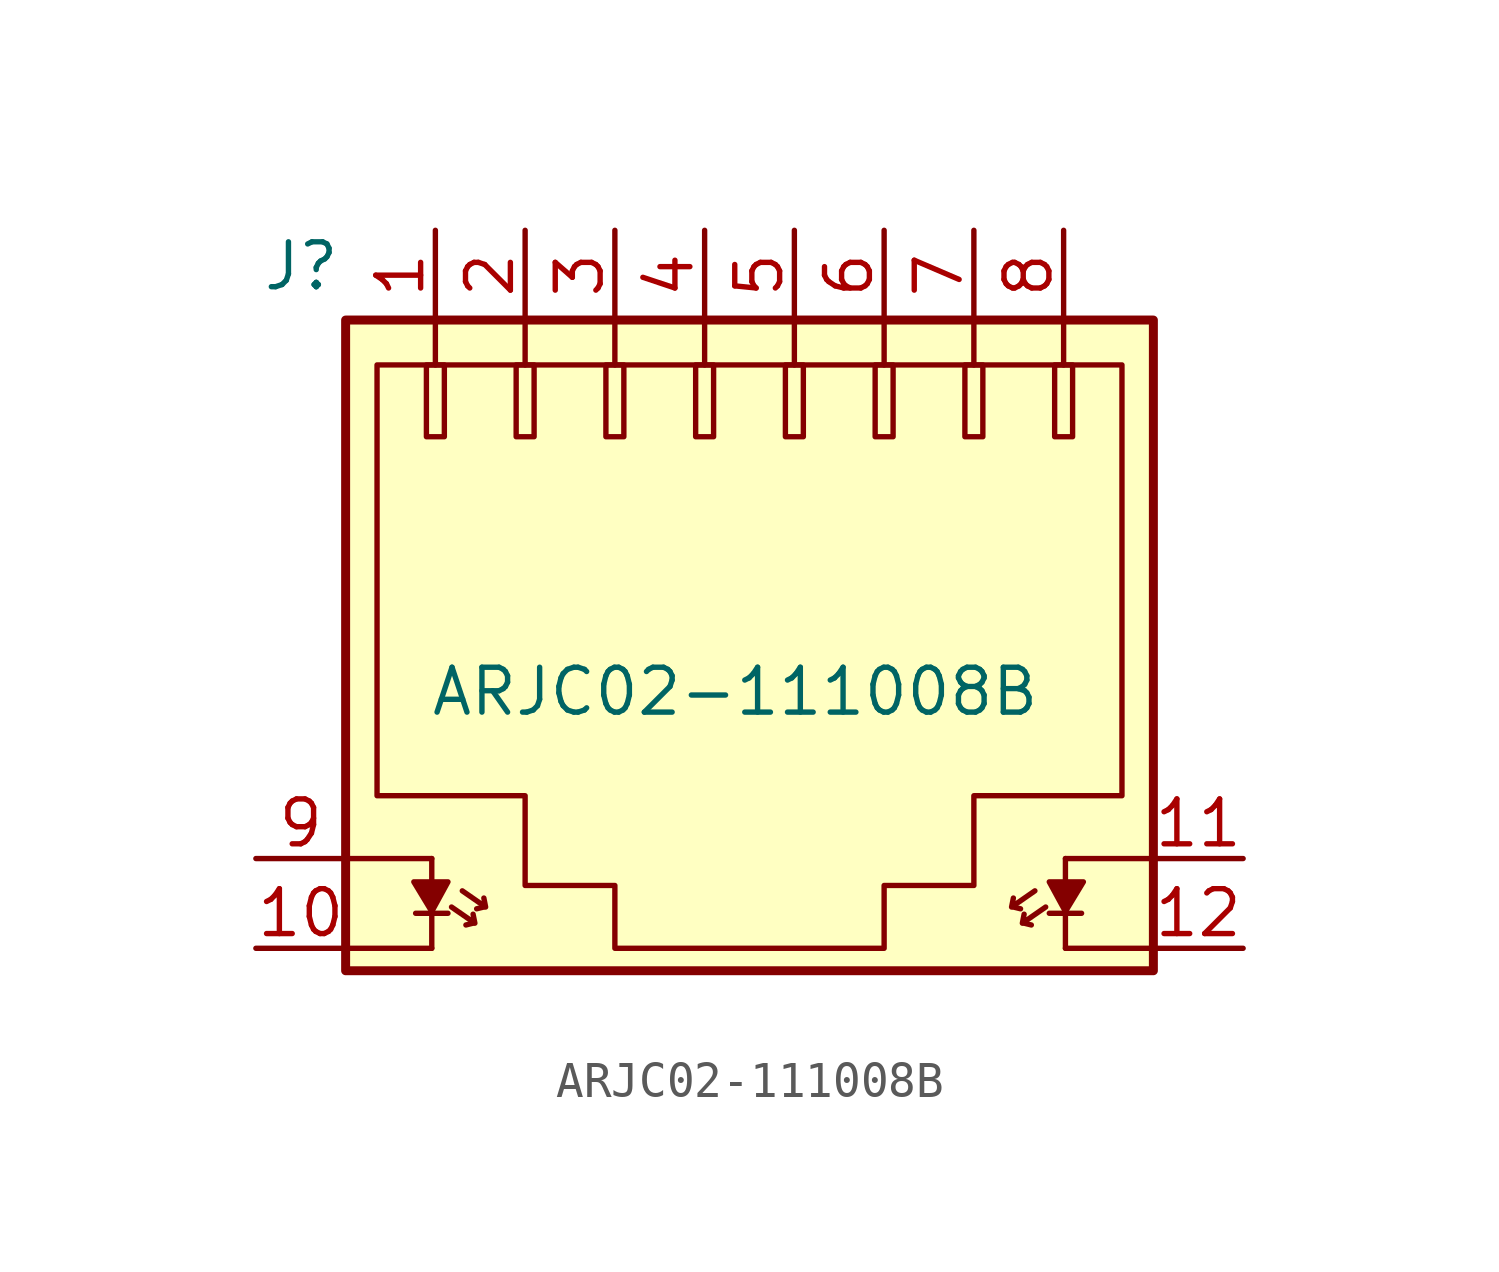
<source format=kicad_sym>
(kicad_symbol_lib
  (version 20220914)
  (generator kicad_symbol_editor)
  (symbol "ARJC02-111008B"
    (pin_names
      (offset 0.025))
    (property "Reference" "J"
      (at -10.287 9.144 0)
      (effects (font (size 1.27 1.27)) (justify right)))
    (property "Value" "ARJC02-111008B"
      (at 0.864 -2.896 0)
      (effects (font (size 1.27 1.27))))
    (symbol "ARJC02-111008B_0_1"
      (rectangle (start -10.16 7.62) (end 12.7 -10.795) (stroke (width 0.254) (type solid)) (fill (type background)))
      (rectangle (start -7.874 6.35) (end -7.366 4.318) (stroke (width 0) (type solid)) (fill (type none)))
      (rectangle (start -5.334 6.35) (end -4.826 4.318) (stroke (width 0) (type solid)) (fill (type none)))
      (rectangle (start -2.794 6.35) (end -2.286 4.318) (stroke (width 0) (type solid)) (fill (type none)))
      (rectangle (start -0.254 6.35) (end 0.254 4.318) (stroke (width 0) (type solid)) (fill (type none)))
      (polyline (pts (xy -10.16 -10.16) (xy -7.722 -10.16)) (stroke (width 0) (type solid)) (fill (type none)))
      (polyline (pts (xy -10.16 -7.62) (xy -7.722 -7.62)) (stroke (width 0) (type solid)) (fill (type none)))
      (polyline (pts (xy -8.179 -9.169) (xy -7.264 -9.169)) (stroke (width 0) (type solid)) (fill (type none)))
      (polyline (pts (xy -7.722 -9.22) (xy -7.722 -10.16)) (stroke (width 0) (type solid)) (fill (type none)))
      (polyline (pts (xy -7.722 -8.28) (xy -7.722 -7.62)) (stroke (width 0) (type solid)) (fill (type none)))
      (polyline (pts (xy -7.62 7.62) (xy -7.62 6.35)) (stroke (width 0) (type solid)) (fill (type none)))
      (polyline (pts (xy -6.553 -9.449) (xy -6.756 -9.5)) (stroke (width 0) (type solid)) (fill (type none)))
      (polyline (pts (xy -6.248 -8.992) (xy -6.452 -9.042)) (stroke (width 0) (type solid)) (fill (type none)))
      (polyline (pts (xy -5.08 7.62) (xy -5.08 6.35)) (stroke (width 0) (type solid)) (fill (type none)))
      (polyline (pts (xy -2.54 7.62) (xy -2.54 6.35)) (stroke (width 0) (type solid)) (fill (type none)))
      (polyline (pts (xy 0 7.62) (xy 0 6.35)) (stroke (width 0) (type solid)) (fill (type none)))
      (polyline (pts (xy 2.54 7.62) (xy 2.54 6.35)) (stroke (width 0) (type solid)) (fill (type none)))
      (polyline (pts (xy 5.08 7.62) (xy 5.08 6.35)) (stroke (width 0) (type solid)) (fill (type none)))
      (polyline (pts (xy 7.62 7.62) (xy 7.62 6.35)) (stroke (width 0) (type solid)) (fill (type none)))
      (polyline (pts (xy 8.738 -8.992) (xy 8.941 -9.042)) (stroke (width 0) (type solid)) (fill (type none)))
      (polyline (pts (xy 9.042 -9.449) (xy 9.246 -9.5)) (stroke (width 0) (type solid)) (fill (type none)))
      (polyline (pts (xy 10.16 7.62) (xy 10.16 6.35)) (stroke (width 0) (type solid)) (fill (type none)))
      (polyline (pts (xy 10.211 -9.22) (xy 10.211 -10.16)) (stroke (width 0) (type solid)) (fill (type none)))
      (polyline (pts (xy 10.211 -8.28) (xy 10.211 -7.62)) (stroke (width 0) (type solid)) (fill (type none)))
      (polyline (pts (xy 10.668 -9.169) (xy 9.754 -9.169)) (stroke (width 0) (type solid)) (fill (type none)))
      (polyline (pts (xy 12.649 -10.16) (xy 10.211 -10.16)) (stroke (width 0) (type solid)) (fill (type none)))
      (polyline (pts (xy 12.649 -7.62) (xy 10.211 -7.62)) (stroke (width 0) (type solid)) (fill (type none)))
      (polyline (pts (xy -7.163 -8.992) (xy -6.502 -9.449) (xy -6.553 -9.195)) (stroke (width 0) (type solid)) (fill (type none)))
      (polyline (pts (xy -6.858 -8.534) (xy -6.198 -8.992) (xy -6.248 -8.738)) (stroke (width 0) (type solid)) (fill (type none)))
      (polyline (pts (xy 9.347 -8.534) (xy 8.687 -8.992) (xy 8.738 -8.738)) (stroke (width 0) (type solid)) (fill (type none)))
      (polyline (pts (xy 9.652 -8.992) (xy 8.992 -9.449) (xy 9.042 -9.195)) (stroke (width 0) (type solid)) (fill (type none)))
      (polyline (pts (xy -8.23 -8.28) (xy -7.264 -8.28) (xy -7.722 -9.119) (xy -8.23 -8.28)) (stroke (width 0) (type solid)) (fill (type outline)))
      (polyline (pts (xy 10.719 -8.28) (xy 9.754 -8.28) (xy 10.211 -9.119) (xy 10.719 -8.28)) (stroke (width 0) (type solid)) (fill (type outline)))
      (polyline (pts (xy -9.271 6.35) (xy 11.811 6.35) (xy 11.811 -5.842) (xy 7.62 -5.842) (xy 7.62 -8.382) (xy 5.08 -8.382) (xy 5.08 -10.16) (xy -2.54 -10.16) (xy -2.54 -8.382) (xy -5.08 -8.382) (xy -5.08 -5.842) (xy -9.271 -5.842) (xy -9.271 6.35)) (stroke (width 0) (type solid)) (fill (type none)))
      (rectangle (start 2.286 6.35) (end 2.794 4.318) (stroke (width 0) (type solid)) (fill (type none)))
      (rectangle (start 4.826 6.35) (end 5.334 4.318) (stroke (width 0) (type solid)) (fill (type none)))
      (rectangle (start 7.366 6.35) (end 7.874 4.318) (stroke (width 0) (type solid)) (fill (type none)))
      (rectangle (start 9.906 6.35) (end 10.414 4.318) (stroke (width 0) (type solid)) (fill (type none))))
    (symbol "ARJC02-111008B_1_1"
      (pin passive line (at -7.62 10.16 270) (length 2.54) (name "~" (effects (font (size 1.27 1.27)))) (number "1" (effects (font (size 1.27 1.27)))))
      (pin passive line (at -12.7 -10.16 0) (length 2.54) (name "~" (effects (font (size 1.27 1.27)))) (number "10" (effects (font (size 1.27 1.27)))))
      (pin passive line (at 15.24 -7.62 180) (length 2.54) (name "~" (effects (font (size 1.27 1.27)))) (number "11" (effects (font (size 1.27 1.27)))))
      (pin passive line (at 15.24 -10.16 180) (length 2.54) (name "~" (effects (font (size 1.27 1.27)))) (number "12" (effects (font (size 1.27 1.27)))))
      (pin passive line (at -5.08 10.16 270) (length 2.54) (name "~" (effects (font (size 1.27 1.27)))) (number "2" (effects (font (size 1.27 1.27)))))
      (pin passive line (at -2.54 10.16 270) (length 2.54) (name "~" (effects (font (size 1.27 1.27)))) (number "3" (effects (font (size 1.27 1.27)))))
      (pin passive line (at 0 10.16 270) (length 2.54) (name "~" (effects (font (size 1.27 1.27)))) (number "4" (effects (font (size 1.27 1.27)))))
      (pin passive line (at 2.54 10.16 270) (length 2.54) (name "~" (effects (font (size 1.27 1.27)))) (number "5" (effects (font (size 1.27 1.27)))))
      (pin passive line (at 5.08 10.16 270) (length 2.54) (name "~" (effects (font (size 1.27 1.27)))) (number "6" (effects (font (size 1.27 1.27)))))
      (pin passive line (at 7.62 10.16 270) (length 2.54) (name "~" (effects (font (size 1.27 1.27)))) (number "7" (effects (font (size 1.27 1.27)))))
      (pin passive line (at 10.16 10.16 270) (length 2.54) (name "~" (effects (font (size 1.27 1.27)))) (number "8" (effects (font (size 1.27 1.27)))))
      (pin passive line (at -12.7 -7.62 0) (length 2.54) (name "~" (effects (font (size 1.27 1.27)))) (number "9" (effects (font (size 1.27 1.27))))))))
</source>
